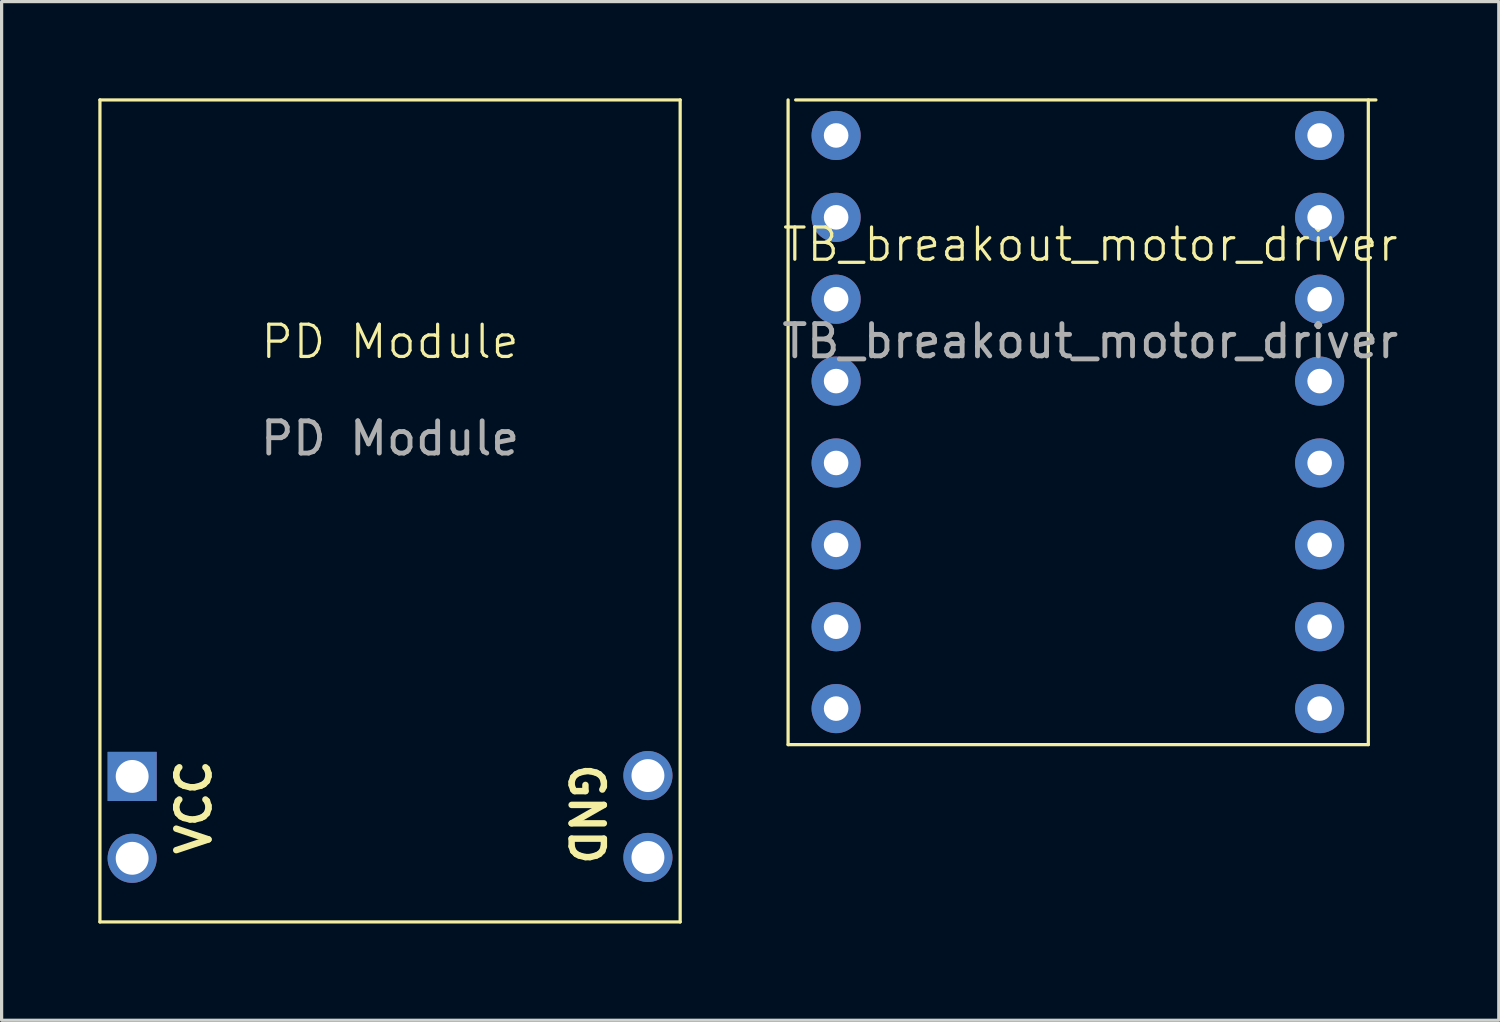
<source format=kicad_pcb>
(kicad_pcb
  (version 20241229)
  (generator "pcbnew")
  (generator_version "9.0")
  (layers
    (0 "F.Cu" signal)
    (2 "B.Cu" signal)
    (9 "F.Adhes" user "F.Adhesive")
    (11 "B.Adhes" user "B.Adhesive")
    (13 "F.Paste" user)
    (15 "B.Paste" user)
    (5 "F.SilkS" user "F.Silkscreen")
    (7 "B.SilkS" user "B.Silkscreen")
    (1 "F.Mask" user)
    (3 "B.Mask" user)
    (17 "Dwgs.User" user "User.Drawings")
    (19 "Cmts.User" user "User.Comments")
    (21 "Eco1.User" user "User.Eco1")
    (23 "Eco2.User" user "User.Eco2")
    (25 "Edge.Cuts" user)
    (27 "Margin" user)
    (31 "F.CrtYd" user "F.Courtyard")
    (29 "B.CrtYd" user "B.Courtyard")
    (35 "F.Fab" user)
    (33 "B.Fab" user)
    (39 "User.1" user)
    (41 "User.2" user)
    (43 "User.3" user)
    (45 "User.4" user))
  (footprint "TB_breakout_motor_driver"
    (layer "F.Cu")
    (at 30.508 6.232)
    (property "Reference" "TB_breakout_motor_driver" (at 0.265 -1.698 0) (unlocked yes) (layer "F.SilkS") (effects (font (size 1 1) (thickness 0.1))))
    (attr through_hole)
    (fp_line (start -9.11 13.818) (end -9.11 -6.182) (stroke (width 0.1) (type default)) (layer "F.SilkS"))
    (fp_line (start -8.875 -6.182) (end 9.125 -6.182) (stroke (width 0.1) (type default)) (layer "F.SilkS"))
    (fp_line (start 8.89 -6.182) (end 8.89 13.818) (stroke (width 0.1) (type default)) (layer "F.SilkS"))
    (fp_line (start 8.89 13.818) (end -9.11 13.818) (stroke (width 0.1) (type default)) (layer "F.SilkS"))
    (fp_text user "${REFERENCE}" (at 0.265 1.302 0) (unlocked yes) (layer "F.Fab") (effects (font (size 1 1) (thickness 0.15))))
    (pad "9" thru_hole circle (at -7.62 12.7) (size 1.524 1.524) (drill 0.762) (layers "*.Cu" "*.Mask"))
    (pad "10" thru_hole circle (at -7.62 10.16) (size 1.524 1.524) (drill 0.762) (layers "*.Cu" "*.Mask"))
    (pad "11" thru_hole circle (at -7.62 7.62) (size 1.524 1.524) (drill 0.762) (layers "*.Cu" "*.Mask"))
    (pad "12" thru_hole circle (at -7.62 5.08) (size 1.524 1.524) (drill 0.762) (layers "*.Cu" "*.Mask"))
    (pad "13" thru_hole circle (at -7.62 2.54) (size 1.524 1.524) (drill 0.762) (layers "*.Cu" "*.Mask"))
    (pad "14" thru_hole circle (at -7.62 0) (size 1.524 1.524) (drill 0.762) (layers "*.Cu" "*.Mask"))
    (pad "15" thru_hole circle (at -7.62 -2.54) (size 1.524 1.524) (drill 0.762) (layers "*.Cu" "*.Mask"))
    (pad "16" thru_hole circle (at -7.62 -5.08) (size 1.524 1.524) (drill 0.762) (layers "*.Cu" "*.Mask"))
    (pad "17" thru_hole circle (at 7.38 12.7) (size 1.524 1.524) (drill 0.762) (layers "*.Cu" "*.Mask"))
    (pad "18" thru_hole circle (at 7.38 10.16) (size 1.524 1.524) (drill 0.762) (layers "*.Cu" "*.Mask"))
    (pad "19" thru_hole circle (at 7.38 7.62) (size 1.524 1.524) (drill 0.762) (layers "*.Cu" "*.Mask"))
    (pad "20" thru_hole circle (at 7.38 5.08) (size 1.524 1.524) (drill 0.762) (layers "*.Cu" "*.Mask"))
    (pad "21" thru_hole circle (at 7.38 2.54) (size 1.524 1.524) (drill 0.762) (layers "*.Cu" "*.Mask"))
    (pad "22" thru_hole circle (at 7.38 0) (size 1.524 1.524) (drill 0.762) (layers "*.Cu" "*.Mask"))
    (pad "23" thru_hole circle (at 7.38 -2.54) (size 1.524 1.524) (drill 0.762) (layers "*.Cu" "*.Mask"))
    (pad "24" thru_hole circle (at 7.38 -5.08) (size 1.524 1.524) (drill 0.762) (layers "*.Cu" "*.Mask"))
    (zone (net_name "") (layer "F.SilkS") (hatch edge 0.5) (connect_pads) (min_thickness 0.25) (filled_areas_thickness no) (keepout (tracks allowed) (vias allowed) (pads not_allowed) (copperpour allowed) (footprints not_allowed)) (placement (enabled no)) (fill) (polygon (pts (xy 21.398 0.05) (xy 39.398 0.05) (xy 39.398 20.05) (xy 21.398 20.05)))))
  (footprint "PD Module"
    (layer "F.Cu")
    (at 9.05 8.05)
    (property "Reference" "PD Module" (at 0 -0.5 0) (unlocked yes) (layer "F.SilkS") (effects (font (size 1 1) (thickness 0.1))))
    (attr through_hole)
    (fp_line (start -9 -8) (end 9 -8) (stroke (width 0.1) (type default)) (layer "F.SilkS"))
    (fp_line (start -9 17.5) (end -9 -8) (stroke (width 0.1) (type default)) (layer "F.SilkS"))
    (fp_line (start 9 -8) (end 9 17.5) (stroke (width 0.1) (type default)) (layer "F.SilkS"))
    (fp_line (start 9 17.5) (end -9 17.5) (stroke (width 0.1) (type default)) (layer "F.SilkS"))
    (fp_text user "GND" (at 5.5 12.5 270) (unlocked yes) (layer "F.SilkS") (effects (font (size 1 1) (thickness 0.2) (bold yes)) (justify left bottom)))
    (fp_text user "VCC" (at -5.5 15.5 90) (unlocked yes) (layer "F.SilkS") (effects (font (size 1 1) (thickness 0.2) (bold yes)) (justify left bottom)))
    (fp_text user "${REFERENCE}" (at 0 2.5 0) (unlocked yes) (layer "F.Fab") (effects (font (size 1 1) (thickness 0.15))))
    (pad "1" thru_hole rect (at -8 12.986) (size 1.524 1.524) (drill 1.02) (layers "*.Cu" "*.Mask"))
    (pad "1" thru_hole circle (at -8 15.526) (size 1.524 1.524) (drill 1.02) (layers "*.Cu" "*.Mask"))
    (pad "1" thru_hole circle (at 8 12.96) (size 1.524 1.524) (drill 1.02) (layers "*.Cu" "*.Mask"))
    (pad "1" thru_hole circle (at 8 15.5) (size 1.524 1.524) (drill 1.02) (layers "*.Cu" "*.Mask"))
    (zone (net_name "") (layer "F.SilkS") (hatch edge 0.5) (connect_pads) (min_thickness 0.25) (filled_areas_thickness no) (keepout (tracks allowed) (vias allowed) (pads not_allowed) (copperpour allowed) (footprints not_allowed)) (placement (enabled no)) (fill) (polygon (pts (xy 0.05 0.05) (xy 18.05 0.05) (xy 18.05 25.55) (xy 0.05 25.55)))))
  (gr_rect
    (start -3 -3)
    (end 43.445 28.6)
    (stroke (width 0.1) (type default))
    (fill no)
    (layer "Edge.Cuts")))
</source>
